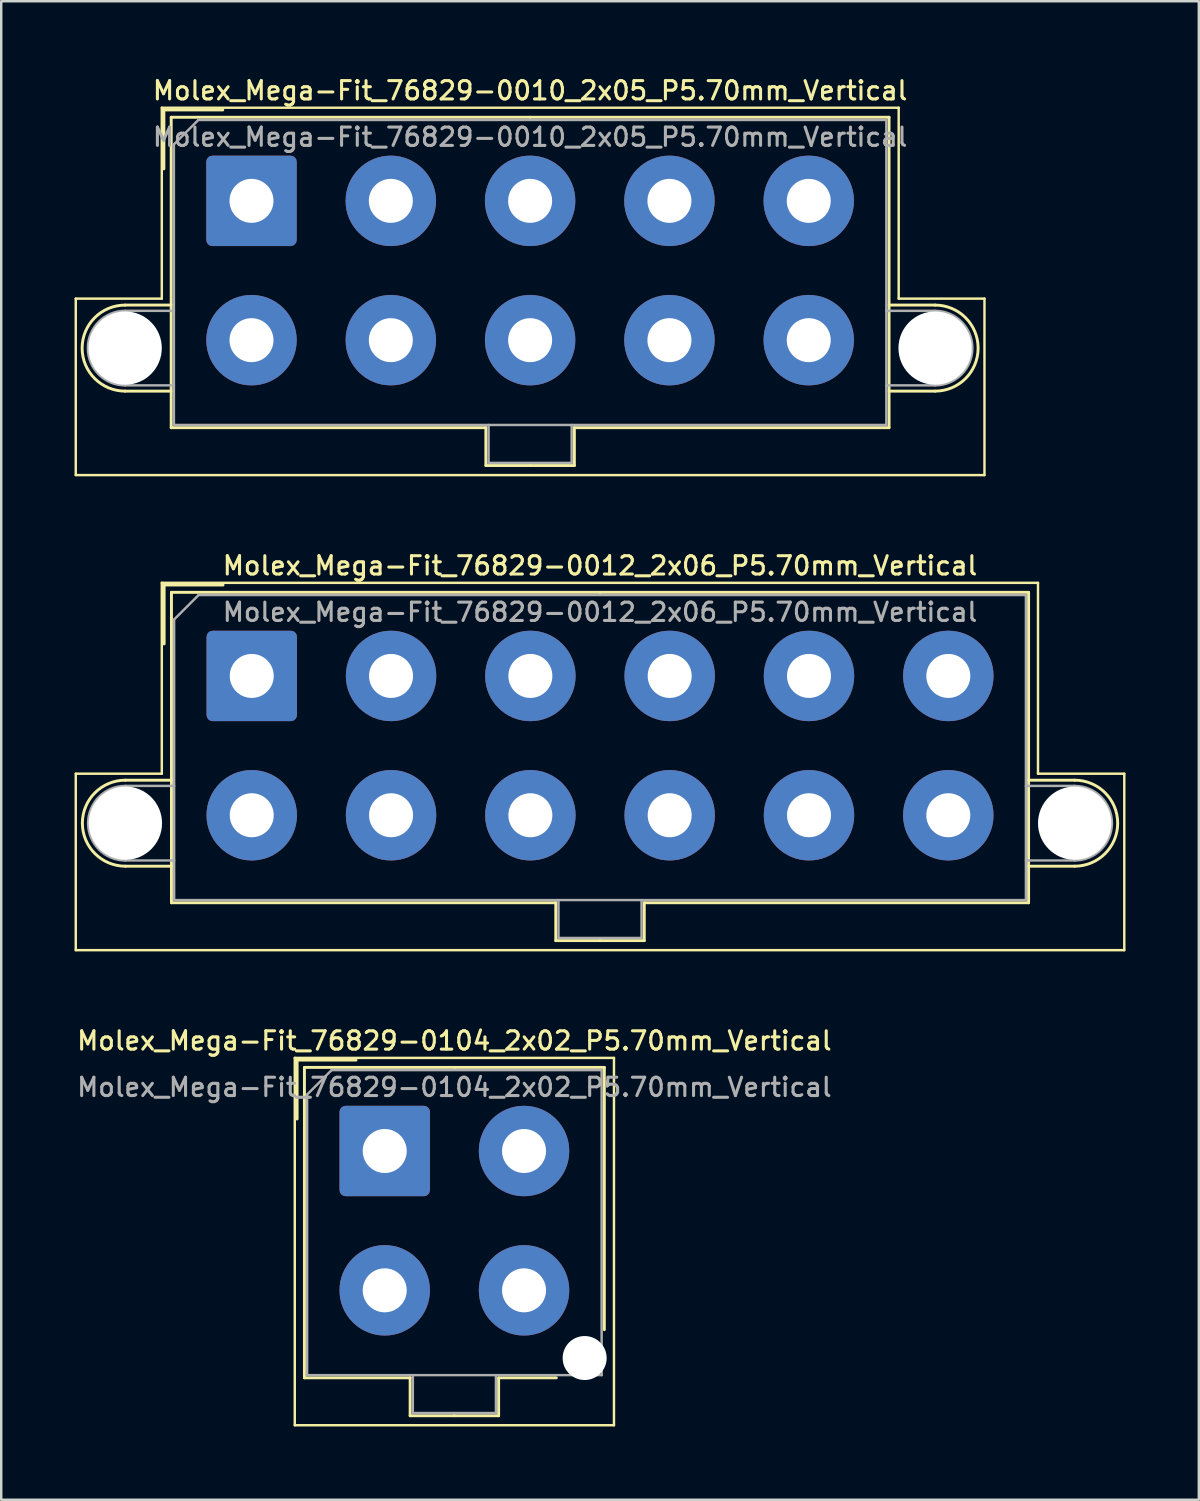
<source format=kicad_pcb>
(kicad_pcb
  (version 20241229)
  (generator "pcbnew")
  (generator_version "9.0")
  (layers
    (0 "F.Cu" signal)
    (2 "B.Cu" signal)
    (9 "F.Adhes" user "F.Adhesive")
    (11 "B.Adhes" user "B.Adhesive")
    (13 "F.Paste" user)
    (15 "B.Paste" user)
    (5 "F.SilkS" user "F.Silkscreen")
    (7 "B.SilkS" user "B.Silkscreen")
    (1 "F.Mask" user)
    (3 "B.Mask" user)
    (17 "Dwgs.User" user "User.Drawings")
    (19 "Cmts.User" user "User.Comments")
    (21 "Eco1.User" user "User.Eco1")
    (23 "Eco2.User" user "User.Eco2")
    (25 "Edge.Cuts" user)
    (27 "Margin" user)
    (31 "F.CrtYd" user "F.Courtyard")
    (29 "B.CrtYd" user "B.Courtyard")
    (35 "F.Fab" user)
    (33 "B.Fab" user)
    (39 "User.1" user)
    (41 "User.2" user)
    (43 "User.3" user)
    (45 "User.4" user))
  (footprint "Molex_Mega-Fit_76829-0012_2x06_P5.70mm_Vertical"
    (layer "F.Cu")
    (at 7.25 24.606)
    (property "Reference" "Molex_Mega-Fit_76829-0012_2x06_P5.70mm_Vertical" (at 14.25 -4.51 0) (layer "F.SilkS") (effects (font (size 0.75 0.75) (thickness 0.125))))
    (attr through_hole)
    (fp_line (start -7.2 4) (end -7.2 11.22) (stroke (width 0.1) (type solid)) (layer "F.SilkS"))
    (fp_line (start -7.2 11.22) (end 35.7 11.22) (stroke (width 0.1) (type solid)) (layer "F.SilkS"))
    (fp_line (start -5.17 4.265) (end -3.285 4.265) (stroke (width 0.12) (type solid)) (layer "F.SilkS"))
    (fp_line (start -5.17 7.785) (end -3.285 7.785) (stroke (width 0.12) (type solid)) (layer "F.SilkS"))
    (fp_line (start -3.68 -3.81) (end -3.68 4) (stroke (width 0.1) (type solid)) (layer "F.SilkS"))
    (fp_line (start -3.68 4) (end -7.2 4) (stroke (width 0.1) (type solid)) (layer "F.SilkS"))
    (fp_line (start -3.585 -3.72) (end -1.175 -3.72) (stroke (width 0.12) (type solid)) (layer "F.SilkS"))
    (fp_line (start -3.585 -1.31) (end -3.585 -3.72) (stroke (width 0.12) (type solid)) (layer "F.SilkS"))
    (fp_line (start -3.285 -3.42) (end -3.285 9.28) (stroke (width 0.12) (type solid)) (layer "F.SilkS"))
    (fp_line (start -3.285 9.28) (end 12.44 9.28) (stroke (width 0.12) (type solid)) (layer "F.SilkS"))
    (fp_line (start 12.44 9.28) (end 12.44 10.83) (stroke (width 0.12) (type solid)) (layer "F.SilkS"))
    (fp_line (start 12.44 10.83) (end 14.25 10.83) (stroke (width 0.12) (type solid)) (layer "F.SilkS"))
    (fp_line (start 14.25 -3.42) (end -3.285 -3.42) (stroke (width 0.12) (type solid)) (layer "F.SilkS"))
    (fp_line (start 14.25 -3.42) (end 31.785 -3.42) (stroke (width 0.12) (type solid)) (layer "F.SilkS"))
    (fp_line (start 16.06 9.28) (end 16.06 10.83) (stroke (width 0.12) (type solid)) (layer "F.SilkS"))
    (fp_line (start 16.06 10.83) (end 14.25 10.83) (stroke (width 0.12) (type solid)) (layer "F.SilkS"))
    (fp_line (start 31.785 -3.42) (end 31.785 9.28) (stroke (width 0.12) (type solid)) (layer "F.SilkS"))
    (fp_line (start 31.785 9.28) (end 16.06 9.28) (stroke (width 0.12) (type solid)) (layer "F.SilkS"))
    (fp_line (start 32.17 -3.81) (end -3.68 -3.81) (stroke (width 0.1) (type solid)) (layer "F.SilkS"))
    (fp_line (start 32.17 4) (end 32.17 -3.81) (stroke (width 0.1) (type solid)) (layer "F.SilkS"))
    (fp_line (start 33.67 4.265) (end 31.785 4.265) (stroke (width 0.12) (type solid)) (layer "F.SilkS"))
    (fp_line (start 33.67 7.785) (end 31.785 7.785) (stroke (width 0.12) (type solid)) (layer "F.SilkS"))
    (fp_line (start 35.7 4) (end 32.17 4) (stroke (width 0.1) (type solid)) (layer "F.SilkS"))
    (fp_line (start 35.7 11.22) (end 35.7 4) (stroke (width 0.1) (type solid)) (layer "F.SilkS"))
    (fp_arc (start -5.17 7.785) (mid -6.93 6.025) (end -5.17 4.265) (stroke (width 0.12) (type solid)) (layer "F.SilkS"))
    (fp_arc (start 33.67 4.265) (mid 35.43 6.025) (end 33.67 7.785) (stroke (width 0.12) (type solid)) (layer "F.SilkS"))
    (fp_line (start -5.17 4.5) (end -3.175 4.5) (stroke (width 0.1) (type solid)) (layer "F.Fab"))
    (fp_line (start -5.17 7.55) (end -3.175 7.55) (stroke (width 0.1) (type solid)) (layer "F.Fab"))
    (fp_line (start -3.175 -2.31) (end -3.175 9.17) (stroke (width 0.1) (type solid)) (layer "F.Fab"))
    (fp_line (start -3.175 9.17) (end 31.675 9.17) (stroke (width 0.1) (type solid)) (layer "F.Fab"))
    (fp_line (start -2.175 -3.31) (end -3.175 -2.31) (stroke (width 0.1) (type solid)) (layer "F.Fab"))
    (fp_line (start 12.55 9.17) (end 12.55 10.72) (stroke (width 0.1) (type solid)) (layer "F.Fab"))
    (fp_line (start 12.55 10.72) (end 15.95 10.72) (stroke (width 0.1) (type solid)) (layer "F.Fab"))
    (fp_line (start 15.95 10.72) (end 15.95 9.17) (stroke (width 0.1) (type solid)) (layer "F.Fab"))
    (fp_line (start 31.675 -3.31) (end -2.175 -3.31) (stroke (width 0.1) (type solid)) (layer "F.Fab"))
    (fp_line (start 31.675 9.17) (end 31.675 -3.31) (stroke (width 0.1) (type solid)) (layer "F.Fab"))
    (fp_line (start 33.67 4.5) (end 31.675 4.5) (stroke (width 0.1) (type solid)) (layer "F.Fab"))
    (fp_line (start 33.67 7.55) (end 31.675 7.55) (stroke (width 0.1) (type solid)) (layer "F.Fab"))
    (fp_arc (start -5.17 7.55) (mid -6.695 6.025) (end -5.17 4.5) (stroke (width 0.1) (type solid)) (layer "F.Fab"))
    (fp_arc (start 33.67 4.5) (mid 35.195 6.025) (end 33.67 7.55) (stroke (width 0.1) (type solid)) (layer "F.Fab"))
    (fp_text user "${REFERENCE}" (at 14.25 -2.61 0) (layer "F.Fab") (effects (font (size 0.75 0.75) (thickness 0.125))))
    (pad "" np_thru_hole circle (at -5.17 6.025) (size 3 3) (drill 3) (layers "*.Cu" "*.Mask"))
    (pad "" np_thru_hole circle (at 33.67 6.025) (size 3 3) (drill 3) (layers "*.Cu" "*.Mask"))
    (pad "1" thru_hole roundrect (at 0 0) (size 3.7 3.7) (drill 1.8) (layers "*.Cu" "*.Mask") (roundrect_rratio 0.068))
    (pad "2" thru_hole circle (at 5.7 0) (size 3.7 3.7) (drill 1.8) (layers "*.Cu" "*.Mask"))
    (pad "3" thru_hole circle (at 11.4 0) (size 3.7 3.7) (drill 1.8) (layers "*.Cu" "*.Mask"))
    (pad "4" thru_hole circle (at 17.1 0) (size 3.7 3.7) (drill 1.8) (layers "*.Cu" "*.Mask"))
    (pad "5" thru_hole circle (at 22.8 0) (size 3.7 3.7) (drill 1.8) (layers "*.Cu" "*.Mask"))
    (pad "6" thru_hole circle (at 28.5 0) (size 3.7 3.7) (drill 1.8) (layers "*.Cu" "*.Mask"))
    (pad "7" thru_hole circle (at 0 5.7) (size 3.7 3.7) (drill 1.8) (layers "*.Cu" "*.Mask"))
    (pad "8" thru_hole circle (at 5.7 5.7) (size 3.7 3.7) (drill 1.8) (layers "*.Cu" "*.Mask"))
    (pad "9" thru_hole circle (at 11.4 5.7) (size 3.7 3.7) (drill 1.8) (layers "*.Cu" "*.Mask"))
    (pad "10" thru_hole circle (at 17.1 5.7) (size 3.7 3.7) (drill 1.8) (layers "*.Cu" "*.Mask"))
    (pad "11" thru_hole circle (at 22.8 5.7) (size 3.7 3.7) (drill 1.8) (layers "*.Cu" "*.Mask"))
    (pad "12" thru_hole circle (at 28.5 5.7) (size 3.7 3.7) (drill 1.8) (layers "*.Cu" "*.Mask")))
  (footprint "Molex_Mega-Fit_76829-0010_2x05_P5.70mm_Vertical"
    (layer "F.Cu")
    (at 7.24 5.168)
    (property "Reference" "Molex_Mega-Fit_76829-0010_2x05_P5.70mm_Vertical" (at 11.4 -4.51 0) (layer "F.SilkS") (effects (font (size 0.75 0.75) (thickness 0.125))))
    (attr through_hole)
    (fp_line (start -7.19 4) (end -7.19 11.22) (stroke (width 0.1) (type solid)) (layer "F.SilkS"))
    (fp_line (start -7.19 11.22) (end 29.99 11.22) (stroke (width 0.1) (type solid)) (layer "F.SilkS"))
    (fp_line (start -5.17 4.265) (end -3.285 4.265) (stroke (width 0.12) (type solid)) (layer "F.SilkS"))
    (fp_line (start -5.17 7.785) (end -3.285 7.785) (stroke (width 0.12) (type solid)) (layer "F.SilkS"))
    (fp_line (start -3.67 -3.81) (end -3.67 4) (stroke (width 0.1) (type solid)) (layer "F.SilkS"))
    (fp_line (start -3.67 4) (end -7.19 4) (stroke (width 0.1) (type solid)) (layer "F.SilkS"))
    (fp_line (start -3.585 -3.72) (end -1.175 -3.72) (stroke (width 0.12) (type solid)) (layer "F.SilkS"))
    (fp_line (start -3.585 -1.31) (end -3.585 -3.72) (stroke (width 0.12) (type solid)) (layer "F.SilkS"))
    (fp_line (start -3.285 -3.42) (end -3.285 9.28) (stroke (width 0.12) (type solid)) (layer "F.SilkS"))
    (fp_line (start -3.285 9.28) (end 9.59 9.28) (stroke (width 0.12) (type solid)) (layer "F.SilkS"))
    (fp_line (start 9.59 9.28) (end 9.59 10.83) (stroke (width 0.12) (type solid)) (layer "F.SilkS"))
    (fp_line (start 9.59 10.83) (end 11.4 10.83) (stroke (width 0.12) (type solid)) (layer "F.SilkS"))
    (fp_line (start 11.4 -3.42) (end -3.285 -3.42) (stroke (width 0.12) (type solid)) (layer "F.SilkS"))
    (fp_line (start 11.4 -3.42) (end 26.085 -3.42) (stroke (width 0.12) (type solid)) (layer "F.SilkS"))
    (fp_line (start 13.21 9.28) (end 13.21 10.83) (stroke (width 0.12) (type solid)) (layer "F.SilkS"))
    (fp_line (start 13.21 10.83) (end 11.4 10.83) (stroke (width 0.12) (type solid)) (layer "F.SilkS"))
    (fp_line (start 26.085 -3.42) (end 26.085 9.28) (stroke (width 0.12) (type solid)) (layer "F.SilkS"))
    (fp_line (start 26.085 9.28) (end 13.21 9.28) (stroke (width 0.12) (type solid)) (layer "F.SilkS"))
    (fp_line (start 26.48 -3.81) (end -3.67 -3.81) (stroke (width 0.1) (type solid)) (layer "F.SilkS"))
    (fp_line (start 26.48 4) (end 26.48 -3.81) (stroke (width 0.1) (type solid)) (layer "F.SilkS"))
    (fp_line (start 27.97 4.265) (end 26.085 4.265) (stroke (width 0.12) (type solid)) (layer "F.SilkS"))
    (fp_line (start 27.97 7.785) (end 26.085 7.785) (stroke (width 0.12) (type solid)) (layer "F.SilkS"))
    (fp_line (start 29.99 4) (end 26.48 4) (stroke (width 0.1) (type solid)) (layer "F.SilkS"))
    (fp_line (start 29.99 11.22) (end 29.99 4) (stroke (width 0.1) (type solid)) (layer "F.SilkS"))
    (fp_arc (start -5.17 7.785) (mid -6.93 6.025) (end -5.17 4.265) (stroke (width 0.12) (type solid)) (layer "F.SilkS"))
    (fp_arc (start 27.97 4.265) (mid 29.73 6.025) (end 27.97 7.785) (stroke (width 0.12) (type solid)) (layer "F.SilkS"))
    (fp_line (start -5.17 4.5) (end -3.175 4.5) (stroke (width 0.1) (type solid)) (layer "F.Fab"))
    (fp_line (start -5.17 7.55) (end -3.175 7.55) (stroke (width 0.1) (type solid)) (layer "F.Fab"))
    (fp_line (start -3.175 -2.31) (end -3.175 9.17) (stroke (width 0.1) (type solid)) (layer "F.Fab"))
    (fp_line (start -3.175 9.17) (end 25.975 9.17) (stroke (width 0.1) (type solid)) (layer "F.Fab"))
    (fp_line (start -2.175 -3.31) (end -3.175 -2.31) (stroke (width 0.1) (type solid)) (layer "F.Fab"))
    (fp_line (start 9.7 9.17) (end 9.7 10.72) (stroke (width 0.1) (type solid)) (layer "F.Fab"))
    (fp_line (start 9.7 10.72) (end 13.1 10.72) (stroke (width 0.1) (type solid)) (layer "F.Fab"))
    (fp_line (start 13.1 10.72) (end 13.1 9.17) (stroke (width 0.1) (type solid)) (layer "F.Fab"))
    (fp_line (start 25.975 -3.31) (end -2.175 -3.31) (stroke (width 0.1) (type solid)) (layer "F.Fab"))
    (fp_line (start 25.975 9.17) (end 25.975 -3.31) (stroke (width 0.1) (type solid)) (layer "F.Fab"))
    (fp_line (start 27.97 4.5) (end 25.975 4.5) (stroke (width 0.1) (type solid)) (layer "F.Fab"))
    (fp_line (start 27.97 7.55) (end 25.975 7.55) (stroke (width 0.1) (type solid)) (layer "F.Fab"))
    (fp_arc (start -5.17 7.55) (mid -6.695 6.025) (end -5.17 4.5) (stroke (width 0.1) (type solid)) (layer "F.Fab"))
    (fp_arc (start 27.97 4.5) (mid 29.495 6.025) (end 27.97 7.55) (stroke (width 0.1) (type solid)) (layer "F.Fab"))
    (fp_text user "${REFERENCE}" (at 11.4 -2.61 0) (layer "F.Fab") (effects (font (size 0.75 0.75) (thickness 0.125))))
    (pad "" np_thru_hole circle (at -5.17 6.025) (size 3 3) (drill 3) (layers "*.Cu" "*.Mask"))
    (pad "" np_thru_hole circle (at 27.97 6.025) (size 3 3) (drill 3) (layers "*.Cu" "*.Mask"))
    (pad "1" thru_hole roundrect (at 0 0) (size 3.7 3.7) (drill 1.8) (layers "*.Cu" "*.Mask") (roundrect_rratio 0.068))
    (pad "2" thru_hole circle (at 5.7 0) (size 3.7 3.7) (drill 1.8) (layers "*.Cu" "*.Mask"))
    (pad "3" thru_hole circle (at 11.4 0) (size 3.7 3.7) (drill 1.8) (layers "*.Cu" "*.Mask"))
    (pad "4" thru_hole circle (at 17.1 0) (size 3.7 3.7) (drill 1.8) (layers "*.Cu" "*.Mask"))
    (pad "5" thru_hole circle (at 22.8 0) (size 3.7 3.7) (drill 1.8) (layers "*.Cu" "*.Mask"))
    (pad "6" thru_hole circle (at 0 5.7) (size 3.7 3.7) (drill 1.8) (layers "*.Cu" "*.Mask"))
    (pad "7" thru_hole circle (at 5.7 5.7) (size 3.7 3.7) (drill 1.8) (layers "*.Cu" "*.Mask"))
    (pad "8" thru_hole circle (at 11.4 5.7) (size 3.7 3.7) (drill 1.8) (layers "*.Cu" "*.Mask"))
    (pad "9" thru_hole circle (at 17.1 5.7) (size 3.7 3.7) (drill 1.8) (layers "*.Cu" "*.Mask"))
    (pad "10" thru_hole circle (at 22.8 5.7) (size 3.7 3.7) (drill 1.8) (layers "*.Cu" "*.Mask")))
  (footprint "Molex_Mega-Fit_76829-0104_2x02_P5.70mm_Vertical"
    (layer "F.Cu")
    (at 12.691 44.044)
    (property "Reference" "Molex_Mega-Fit_76829-0104_2x02_P5.70mm_Vertical" (at 2.85 -4.51 0) (layer "F.SilkS") (effects (font (size 0.75 0.75) (thickness 0.125))))
    (attr through_hole)
    (fp_line (start -3.68 -3.81) (end -3.68 11.22) (stroke (width 0.1) (type solid)) (layer "F.SilkS"))
    (fp_line (start -3.68 11.22) (end 9.38 11.22) (stroke (width 0.1) (type solid)) (layer "F.SilkS"))
    (fp_line (start -3.585 -3.72) (end -1.175 -3.72) (stroke (width 0.12) (type solid)) (layer "F.SilkS"))
    (fp_line (start -3.585 -1.31) (end -3.585 -3.72) (stroke (width 0.12) (type solid)) (layer "F.SilkS"))
    (fp_line (start -3.285 -3.42) (end -3.285 9.28) (stroke (width 0.12) (type solid)) (layer "F.SilkS"))
    (fp_line (start -3.285 9.28) (end 1.04 9.28) (stroke (width 0.12) (type solid)) (layer "F.SilkS"))
    (fp_line (start 1.04 9.28) (end 1.04 10.83) (stroke (width 0.12) (type solid)) (layer "F.SilkS"))
    (fp_line (start 1.04 10.83) (end 2.85 10.83) (stroke (width 0.12) (type solid)) (layer "F.SilkS"))
    (fp_line (start 2.85 -3.42) (end -3.285 -3.42) (stroke (width 0.12) (type solid)) (layer "F.SilkS"))
    (fp_line (start 2.85 -3.42) (end 8.985 -3.42) (stroke (width 0.12) (type solid)) (layer "F.SilkS"))
    (fp_line (start 4.66 9.28) (end 4.66 10.83) (stroke (width 0.12) (type solid)) (layer "F.SilkS"))
    (fp_line (start 4.66 10.83) (end 2.85 10.83) (stroke (width 0.12) (type solid)) (layer "F.SilkS"))
    (fp_line (start 7.02 9.28) (end 4.66 9.28) (stroke (width 0.12) (type solid)) (layer "F.SilkS"))
    (fp_line (start 8.985 -3.42) (end 8.985 7.31) (stroke (width 0.12) (type solid)) (layer "F.SilkS"))
    (fp_line (start 9.38 -3.81) (end -3.68 -3.81) (stroke (width 0.1) (type solid)) (layer "F.SilkS"))
    (fp_line (start 9.38 11.22) (end 9.38 -3.81) (stroke (width 0.1) (type solid)) (layer "F.SilkS"))
    (fp_line (start -3.175 -2.31) (end -3.175 9.17) (stroke (width 0.1) (type solid)) (layer "F.Fab"))
    (fp_line (start -3.175 9.17) (end 8.875 9.17) (stroke (width 0.1) (type solid)) (layer "F.Fab"))
    (fp_line (start -2.175 -3.31) (end -3.175 -2.31) (stroke (width 0.1) (type solid)) (layer "F.Fab"))
    (fp_line (start 1.15 9.17) (end 1.15 10.72) (stroke (width 0.1) (type solid)) (layer "F.Fab"))
    (fp_line (start 1.15 10.72) (end 4.55 10.72) (stroke (width 0.1) (type solid)) (layer "F.Fab"))
    (fp_line (start 4.55 10.72) (end 4.55 9.17) (stroke (width 0.1) (type solid)) (layer "F.Fab"))
    (fp_line (start 8.875 -3.31) (end -2.175 -3.31) (stroke (width 0.1) (type solid)) (layer "F.Fab"))
    (fp_line (start 8.875 9.17) (end 8.875 -3.31) (stroke (width 0.1) (type solid)) (layer "F.Fab"))
    (fp_text user "${REFERENCE}" (at 2.85 -2.61 0) (layer "F.Fab") (effects (font (size 0.75 0.75) (thickness 0.125))))
    (pad "" np_thru_hole circle (at 8.18 8.47) (size 1.8 1.8) (drill 1.8) (layers "*.Cu" "*.Mask"))
    (pad "1" thru_hole roundrect (at 0 0) (size 3.7 3.7) (drill 1.8) (layers "*.Cu" "*.Mask") (roundrect_rratio 0.068))
    (pad "2" thru_hole circle (at 5.7 0) (size 3.7 3.7) (drill 1.8) (layers "*.Cu" "*.Mask"))
    (pad "3" thru_hole circle (at 0 5.7) (size 3.7 3.7) (drill 1.8) (layers "*.Cu" "*.Mask"))
    (pad "4" thru_hole circle (at 5.7 5.7) (size 3.7 3.7) (drill 1.8) (layers "*.Cu" "*.Mask")))
  (gr_rect
    (start -3 -3)
    (end 46 58.314)
    (stroke (width 0.1) (type default))
    (fill no)
    (layer "Edge.Cuts")))
</source>
